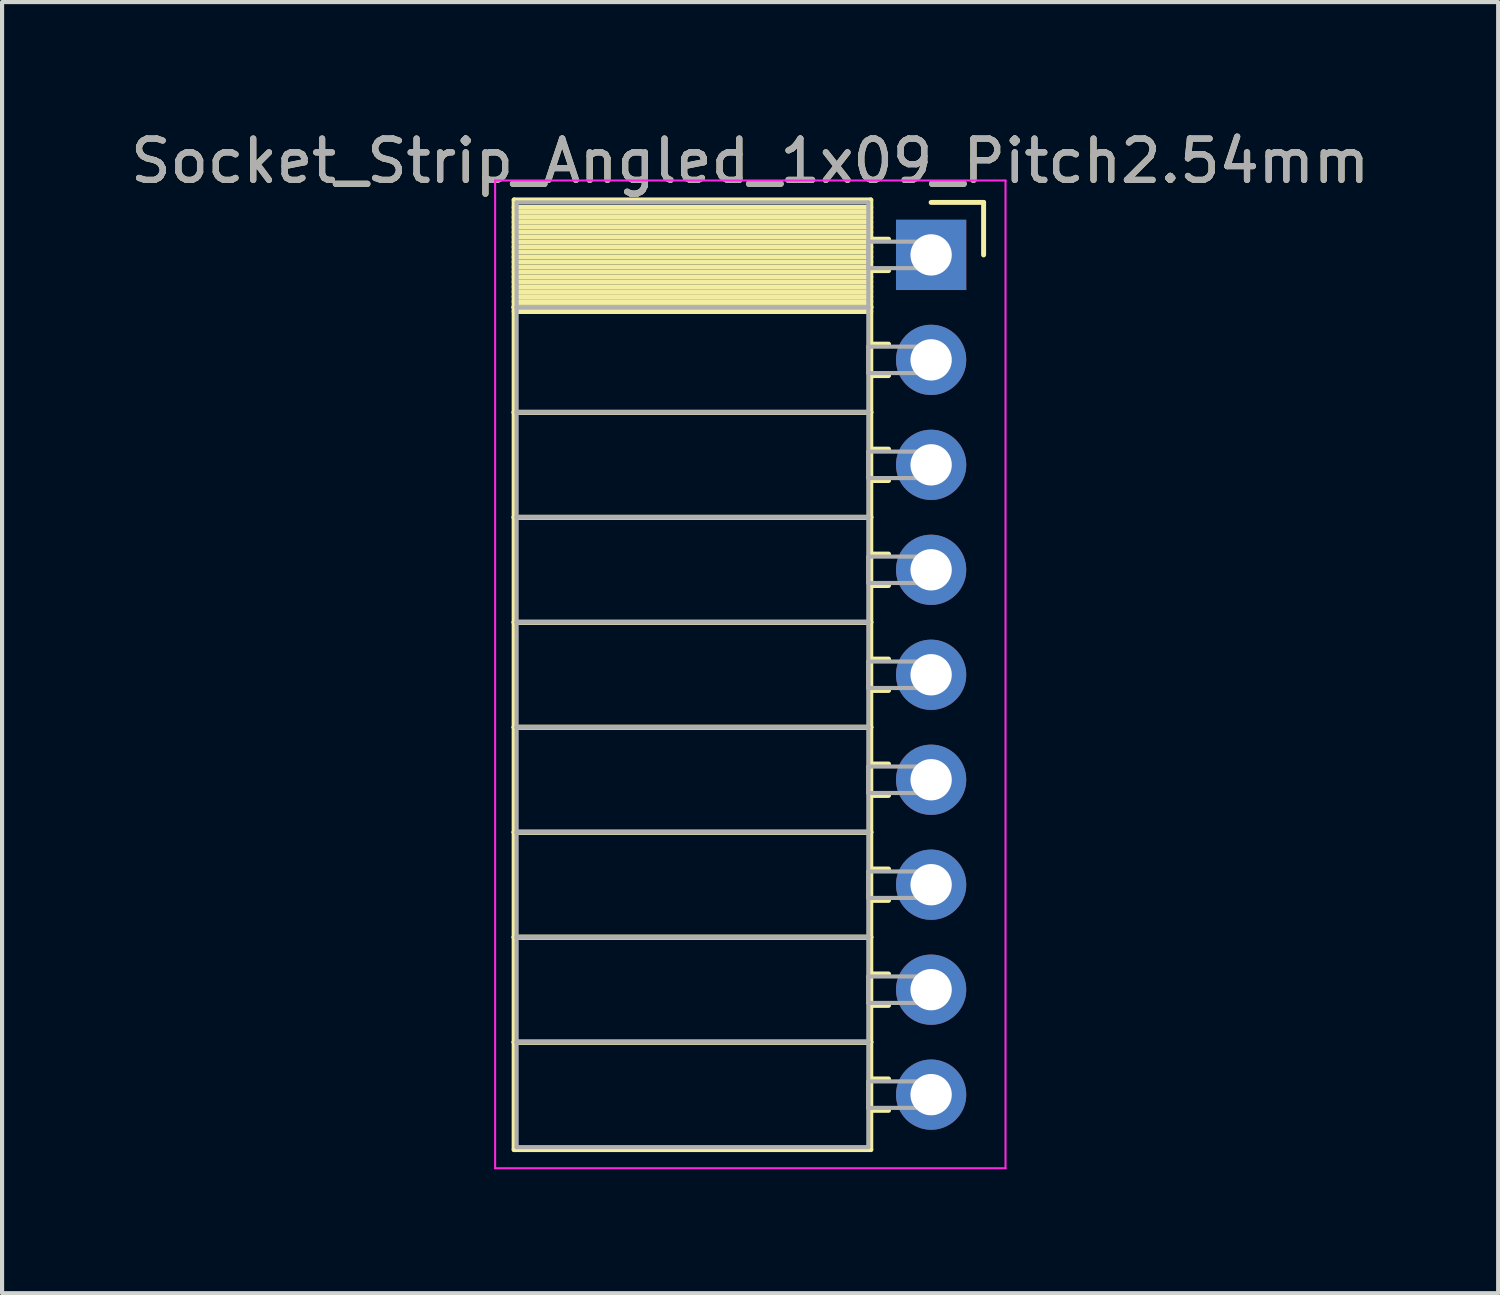
<source format=kicad_pcb>
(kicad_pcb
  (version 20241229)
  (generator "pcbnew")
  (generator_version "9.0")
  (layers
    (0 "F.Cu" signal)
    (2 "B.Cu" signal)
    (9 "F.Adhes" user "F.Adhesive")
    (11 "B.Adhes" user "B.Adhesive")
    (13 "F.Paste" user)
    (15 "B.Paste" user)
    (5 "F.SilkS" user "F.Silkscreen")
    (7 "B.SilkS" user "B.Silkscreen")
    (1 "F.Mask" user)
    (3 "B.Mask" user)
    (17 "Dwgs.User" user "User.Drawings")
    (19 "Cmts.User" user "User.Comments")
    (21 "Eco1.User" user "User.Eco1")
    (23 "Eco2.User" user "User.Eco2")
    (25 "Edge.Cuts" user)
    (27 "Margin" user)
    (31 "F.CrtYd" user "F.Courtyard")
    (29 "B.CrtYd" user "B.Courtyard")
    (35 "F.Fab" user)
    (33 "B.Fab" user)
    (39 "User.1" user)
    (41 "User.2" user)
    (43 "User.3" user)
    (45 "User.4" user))
  (footprint "Socket_Strip_Angled_1x09_Pitch2.54mm"
    (layer "F.Cu")
    (at 19.481 3.118)
    (property "Reference" "Socket_Strip_Angled_1x09_Pitch2.54mm" (at -4.38 -2.27 0) (layer "F.SilkS") (effects (font (size 1 1) (thickness 0.15))))
    (attr through_hole)
    (fp_line (start -10.09 -1.33) (end -1.46 -1.33) (stroke (width 0.12) (type solid)) (layer "F.SilkS"))
    (fp_line (start -10.09 1.27) (end -10.09 -1.33) (stroke (width 0.12) (type solid)) (layer "F.SilkS"))
    (fp_line (start -10.09 1.27) (end -1.46 1.27) (stroke (width 0.12) (type solid)) (layer "F.SilkS"))
    (fp_line (start -10.09 3.81) (end -10.09 1.27) (stroke (width 0.12) (type solid)) (layer "F.SilkS"))
    (fp_line (start -10.09 3.81) (end -1.46 3.81) (stroke (width 0.12) (type solid)) (layer "F.SilkS"))
    (fp_line (start -10.09 6.35) (end -10.09 3.81) (stroke (width 0.12) (type solid)) (layer "F.SilkS"))
    (fp_line (start -10.09 6.35) (end -1.46 6.35) (stroke (width 0.12) (type solid)) (layer "F.SilkS"))
    (fp_line (start -10.09 8.89) (end -10.09 6.35) (stroke (width 0.12) (type solid)) (layer "F.SilkS"))
    (fp_line (start -10.09 8.89) (end -1.46 8.89) (stroke (width 0.12) (type solid)) (layer "F.SilkS"))
    (fp_line (start -10.09 11.43) (end -10.09 8.89) (stroke (width 0.12) (type solid)) (layer "F.SilkS"))
    (fp_line (start -10.09 11.43) (end -1.46 11.43) (stroke (width 0.12) (type solid)) (layer "F.SilkS"))
    (fp_line (start -10.09 13.97) (end -10.09 11.43) (stroke (width 0.12) (type solid)) (layer "F.SilkS"))
    (fp_line (start -10.09 13.97) (end -1.46 13.97) (stroke (width 0.12) (type solid)) (layer "F.SilkS"))
    (fp_line (start -10.09 16.51) (end -10.09 13.97) (stroke (width 0.12) (type solid)) (layer "F.SilkS"))
    (fp_line (start -10.09 16.51) (end -1.46 16.51) (stroke (width 0.12) (type solid)) (layer "F.SilkS"))
    (fp_line (start -10.09 19.05) (end -10.09 16.51) (stroke (width 0.12) (type solid)) (layer "F.SilkS"))
    (fp_line (start -10.09 19.05) (end -1.46 19.05) (stroke (width 0.12) (type solid)) (layer "F.SilkS"))
    (fp_line (start -10.09 21.65) (end -10.09 19.05) (stroke (width 0.12) (type solid)) (layer "F.SilkS"))
    (fp_line (start -1.46 -1.33) (end -1.46 1.27) (stroke (width 0.12) (type solid)) (layer "F.SilkS"))
    (fp_line (start -1.46 -1.15) (end -10.09 -1.15) (stroke (width 0.12) (type solid)) (layer "F.SilkS"))
    (fp_line (start -1.46 -1.03) (end -10.09 -1.03) (stroke (width 0.12) (type solid)) (layer "F.SilkS"))
    (fp_line (start -1.46 -0.91) (end -10.09 -0.91) (stroke (width 0.12) (type solid)) (layer "F.SilkS"))
    (fp_line (start -1.46 -0.79) (end -10.09 -0.79) (stroke (width 0.12) (type solid)) (layer "F.SilkS"))
    (fp_line (start -1.46 -0.67) (end -10.09 -0.67) (stroke (width 0.12) (type solid)) (layer "F.SilkS"))
    (fp_line (start -1.46 -0.55) (end -10.09 -0.55) (stroke (width 0.12) (type solid)) (layer "F.SilkS"))
    (fp_line (start -1.46 -0.43) (end -10.09 -0.43) (stroke (width 0.12) (type solid)) (layer "F.SilkS"))
    (fp_line (start -1.46 -0.31) (end -10.09 -0.31) (stroke (width 0.12) (type solid)) (layer "F.SilkS"))
    (fp_line (start -1.46 -0.19) (end -10.09 -0.19) (stroke (width 0.12) (type solid)) (layer "F.SilkS"))
    (fp_line (start -1.46 -0.07) (end -10.09 -0.07) (stroke (width 0.12) (type solid)) (layer "F.SilkS"))
    (fp_line (start -1.46 0.05) (end -10.09 0.05) (stroke (width 0.12) (type solid)) (layer "F.SilkS"))
    (fp_line (start -1.46 0.17) (end -10.09 0.17) (stroke (width 0.12) (type solid)) (layer "F.SilkS"))
    (fp_line (start -1.46 0.29) (end -10.09 0.29) (stroke (width 0.12) (type solid)) (layer "F.SilkS"))
    (fp_line (start -1.46 0.41) (end -10.09 0.41) (stroke (width 0.12) (type solid)) (layer "F.SilkS"))
    (fp_line (start -1.46 0.53) (end -10.09 0.53) (stroke (width 0.12) (type solid)) (layer "F.SilkS"))
    (fp_line (start -1.46 0.65) (end -10.09 0.65) (stroke (width 0.12) (type solid)) (layer "F.SilkS"))
    (fp_line (start -1.46 0.77) (end -10.09 0.77) (stroke (width 0.12) (type solid)) (layer "F.SilkS"))
    (fp_line (start -1.46 0.89) (end -10.09 0.89) (stroke (width 0.12) (type solid)) (layer "F.SilkS"))
    (fp_line (start -1.46 1.01) (end -10.09 1.01) (stroke (width 0.12) (type solid)) (layer "F.SilkS"))
    (fp_line (start -1.46 1.13) (end -10.09 1.13) (stroke (width 0.12) (type solid)) (layer "F.SilkS"))
    (fp_line (start -1.46 1.25) (end -10.09 1.25) (stroke (width 0.12) (type solid)) (layer "F.SilkS"))
    (fp_line (start -1.46 1.27) (end -10.09 1.27) (stroke (width 0.12) (type solid)) (layer "F.SilkS"))
    (fp_line (start -1.46 1.27) (end -1.46 3.81) (stroke (width 0.12) (type solid)) (layer "F.SilkS"))
    (fp_line (start -1.46 1.37) (end -10.09 1.37) (stroke (width 0.12) (type solid)) (layer "F.SilkS"))
    (fp_line (start -1.46 3.81) (end -10.09 3.81) (stroke (width 0.12) (type solid)) (layer "F.SilkS"))
    (fp_line (start -1.46 3.81) (end -1.46 6.35) (stroke (width 0.12) (type solid)) (layer "F.SilkS"))
    (fp_line (start -1.46 6.35) (end -10.09 6.35) (stroke (width 0.12) (type solid)) (layer "F.SilkS"))
    (fp_line (start -1.46 6.35) (end -1.46 8.89) (stroke (width 0.12) (type solid)) (layer "F.SilkS"))
    (fp_line (start -1.46 8.89) (end -10.09 8.89) (stroke (width 0.12) (type solid)) (layer "F.SilkS"))
    (fp_line (start -1.46 8.89) (end -1.46 11.43) (stroke (width 0.12) (type solid)) (layer "F.SilkS"))
    (fp_line (start -1.46 11.43) (end -10.09 11.43) (stroke (width 0.12) (type solid)) (layer "F.SilkS"))
    (fp_line (start -1.46 11.43) (end -1.46 13.97) (stroke (width 0.12) (type solid)) (layer "F.SilkS"))
    (fp_line (start -1.46 13.97) (end -10.09 13.97) (stroke (width 0.12) (type solid)) (layer "F.SilkS"))
    (fp_line (start -1.46 13.97) (end -1.46 16.51) (stroke (width 0.12) (type solid)) (layer "F.SilkS"))
    (fp_line (start -1.46 16.51) (end -10.09 16.51) (stroke (width 0.12) (type solid)) (layer "F.SilkS"))
    (fp_line (start -1.46 16.51) (end -1.46 19.05) (stroke (width 0.12) (type solid)) (layer "F.SilkS"))
    (fp_line (start -1.46 19.05) (end -10.09 19.05) (stroke (width 0.12) (type solid)) (layer "F.SilkS"))
    (fp_line (start -1.46 19.05) (end -1.46 21.65) (stroke (width 0.12) (type solid)) (layer "F.SilkS"))
    (fp_line (start -1.46 21.65) (end -10.09 21.65) (stroke (width 0.12) (type solid)) (layer "F.SilkS"))
    (fp_line (start -1.03 -0.38) (end -1.46 -0.38) (stroke (width 0.12) (type solid)) (layer "F.SilkS"))
    (fp_line (start -1.03 0.38) (end -1.46 0.38) (stroke (width 0.12) (type solid)) (layer "F.SilkS"))
    (fp_line (start -1.03 2.16) (end -1.46 2.16) (stroke (width 0.12) (type solid)) (layer "F.SilkS"))
    (fp_line (start -1.03 2.92) (end -1.46 2.92) (stroke (width 0.12) (type solid)) (layer "F.SilkS"))
    (fp_line (start -1.03 4.7) (end -1.46 4.7) (stroke (width 0.12) (type solid)) (layer "F.SilkS"))
    (fp_line (start -1.03 5.46) (end -1.46 5.46) (stroke (width 0.12) (type solid)) (layer "F.SilkS"))
    (fp_line (start -1.03 7.24) (end -1.46 7.24) (stroke (width 0.12) (type solid)) (layer "F.SilkS"))
    (fp_line (start -1.03 8) (end -1.46 8) (stroke (width 0.12) (type solid)) (layer "F.SilkS"))
    (fp_line (start -1.03 9.78) (end -1.46 9.78) (stroke (width 0.12) (type solid)) (layer "F.SilkS"))
    (fp_line (start -1.03 10.54) (end -1.46 10.54) (stroke (width 0.12) (type solid)) (layer "F.SilkS"))
    (fp_line (start -1.03 12.32) (end -1.46 12.32) (stroke (width 0.12) (type solid)) (layer "F.SilkS"))
    (fp_line (start -1.03 13.08) (end -1.46 13.08) (stroke (width 0.12) (type solid)) (layer "F.SilkS"))
    (fp_line (start -1.03 14.86) (end -1.46 14.86) (stroke (width 0.12) (type solid)) (layer "F.SilkS"))
    (fp_line (start -1.03 15.62) (end -1.46 15.62) (stroke (width 0.12) (type solid)) (layer "F.SilkS"))
    (fp_line (start -1.03 17.4) (end -1.46 17.4) (stroke (width 0.12) (type solid)) (layer "F.SilkS"))
    (fp_line (start -1.03 18.16) (end -1.46 18.16) (stroke (width 0.12) (type solid)) (layer "F.SilkS"))
    (fp_line (start -1.03 19.94) (end -1.46 19.94) (stroke (width 0.12) (type solid)) (layer "F.SilkS"))
    (fp_line (start -1.03 20.7) (end -1.46 20.7) (stroke (width 0.12) (type solid)) (layer "F.SilkS"))
    (fp_line (start 0 -1.27) (end 1.27 -1.27) (stroke (width 0.12) (type solid)) (layer "F.SilkS"))
    (fp_line (start 1.27 -1.27) (end 1.27 0) (stroke (width 0.12) (type solid)) (layer "F.SilkS"))
    (fp_line (start -10.55 -1.8) (end 1.8 -1.8) (stroke (width 0.05) (type solid)) (layer "F.CrtYd"))
    (fp_line (start -10.55 22.1) (end -10.55 -1.8) (stroke (width 0.05) (type solid)) (layer "F.CrtYd"))
    (fp_line (start 1.8 -1.8) (end 1.8 22.1) (stroke (width 0.05) (type solid)) (layer "F.CrtYd"))
    (fp_line (start 1.8 22.1) (end -10.55 22.1) (stroke (width 0.05) (type solid)) (layer "F.CrtYd"))
    (fp_line (start -10.03 -1.27) (end -1.52 -1.27) (stroke (width 0.1) (type solid)) (layer "F.Fab"))
    (fp_line (start -10.03 1.27) (end -10.03 -1.27) (stroke (width 0.1) (type solid)) (layer "F.Fab"))
    (fp_line (start -10.03 1.27) (end -1.52 1.27) (stroke (width 0.1) (type solid)) (layer "F.Fab"))
    (fp_line (start -10.03 3.81) (end -10.03 1.27) (stroke (width 0.1) (type solid)) (layer "F.Fab"))
    (fp_line (start -10.03 3.81) (end -1.52 3.81) (stroke (width 0.1) (type solid)) (layer "F.Fab"))
    (fp_line (start -10.03 6.35) (end -10.03 3.81) (stroke (width 0.1) (type solid)) (layer "F.Fab"))
    (fp_line (start -10.03 6.35) (end -1.52 6.35) (stroke (width 0.1) (type solid)) (layer "F.Fab"))
    (fp_line (start -10.03 8.89) (end -10.03 6.35) (stroke (width 0.1) (type solid)) (layer "F.Fab"))
    (fp_line (start -10.03 8.89) (end -1.52 8.89) (stroke (width 0.1) (type solid)) (layer "F.Fab"))
    (fp_line (start -10.03 11.43) (end -10.03 8.89) (stroke (width 0.1) (type solid)) (layer "F.Fab"))
    (fp_line (start -10.03 11.43) (end -1.52 11.43) (stroke (width 0.1) (type solid)) (layer "F.Fab"))
    (fp_line (start -10.03 13.97) (end -10.03 11.43) (stroke (width 0.1) (type solid)) (layer "F.Fab"))
    (fp_line (start -10.03 13.97) (end -1.52 13.97) (stroke (width 0.1) (type solid)) (layer "F.Fab"))
    (fp_line (start -10.03 16.51) (end -10.03 13.97) (stroke (width 0.1) (type solid)) (layer "F.Fab"))
    (fp_line (start -10.03 16.51) (end -1.52 16.51) (stroke (width 0.1) (type solid)) (layer "F.Fab"))
    (fp_line (start -10.03 19.05) (end -10.03 16.51) (stroke (width 0.1) (type solid)) (layer "F.Fab"))
    (fp_line (start -10.03 19.05) (end -1.52 19.05) (stroke (width 0.1) (type solid)) (layer "F.Fab"))
    (fp_line (start -10.03 21.59) (end -10.03 19.05) (stroke (width 0.1) (type solid)) (layer "F.Fab"))
    (fp_line (start -1.52 -1.27) (end -1.52 1.27) (stroke (width 0.1) (type solid)) (layer "F.Fab"))
    (fp_line (start -1.52 -0.32) (end 0 -0.32) (stroke (width 0.1) (type solid)) (layer "F.Fab"))
    (fp_line (start -1.52 0.32) (end -1.52 -0.32) (stroke (width 0.1) (type solid)) (layer "F.Fab"))
    (fp_line (start -1.52 1.27) (end -10.03 1.27) (stroke (width 0.1) (type solid)) (layer "F.Fab"))
    (fp_line (start -1.52 1.27) (end -1.52 3.81) (stroke (width 0.1) (type solid)) (layer "F.Fab"))
    (fp_line (start -1.52 2.22) (end 0 2.22) (stroke (width 0.1) (type solid)) (layer "F.Fab"))
    (fp_line (start -1.52 2.86) (end -1.52 2.22) (stroke (width 0.1) (type solid)) (layer "F.Fab"))
    (fp_line (start -1.52 3.81) (end -10.03 3.81) (stroke (width 0.1) (type solid)) (layer "F.Fab"))
    (fp_line (start -1.52 3.81) (end -1.52 6.35) (stroke (width 0.1) (type solid)) (layer "F.Fab"))
    (fp_line (start -1.52 4.76) (end 0 4.76) (stroke (width 0.1) (type solid)) (layer "F.Fab"))
    (fp_line (start -1.52 5.4) (end -1.52 4.76) (stroke (width 0.1) (type solid)) (layer "F.Fab"))
    (fp_line (start -1.52 6.35) (end -10.03 6.35) (stroke (width 0.1) (type solid)) (layer "F.Fab"))
    (fp_line (start -1.52 6.35) (end -1.52 8.89) (stroke (width 0.1) (type solid)) (layer "F.Fab"))
    (fp_line (start -1.52 7.3) (end 0 7.3) (stroke (width 0.1) (type solid)) (layer "F.Fab"))
    (fp_line (start -1.52 7.94) (end -1.52 7.3) (stroke (width 0.1) (type solid)) (layer "F.Fab"))
    (fp_line (start -1.52 8.89) (end -10.03 8.89) (stroke (width 0.1) (type solid)) (layer "F.Fab"))
    (fp_line (start -1.52 8.89) (end -1.52 11.43) (stroke (width 0.1) (type solid)) (layer "F.Fab"))
    (fp_line (start -1.52 9.84) (end 0 9.84) (stroke (width 0.1) (type solid)) (layer "F.Fab"))
    (fp_line (start -1.52 10.48) (end -1.52 9.84) (stroke (width 0.1) (type solid)) (layer "F.Fab"))
    (fp_line (start -1.52 11.43) (end -10.03 11.43) (stroke (width 0.1) (type solid)) (layer "F.Fab"))
    (fp_line (start -1.52 11.43) (end -1.52 13.97) (stroke (width 0.1) (type solid)) (layer "F.Fab"))
    (fp_line (start -1.52 12.38) (end 0 12.38) (stroke (width 0.1) (type solid)) (layer "F.Fab"))
    (fp_line (start -1.52 13.02) (end -1.52 12.38) (stroke (width 0.1) (type solid)) (layer "F.Fab"))
    (fp_line (start -1.52 13.97) (end -10.03 13.97) (stroke (width 0.1) (type solid)) (layer "F.Fab"))
    (fp_line (start -1.52 13.97) (end -1.52 16.51) (stroke (width 0.1) (type solid)) (layer "F.Fab"))
    (fp_line (start -1.52 14.92) (end 0 14.92) (stroke (width 0.1) (type solid)) (layer "F.Fab"))
    (fp_line (start -1.52 15.56) (end -1.52 14.92) (stroke (width 0.1) (type solid)) (layer "F.Fab"))
    (fp_line (start -1.52 16.51) (end -10.03 16.51) (stroke (width 0.1) (type solid)) (layer "F.Fab"))
    (fp_line (start -1.52 16.51) (end -1.52 19.05) (stroke (width 0.1) (type solid)) (layer "F.Fab"))
    (fp_line (start -1.52 17.46) (end 0 17.46) (stroke (width 0.1) (type solid)) (layer "F.Fab"))
    (fp_line (start -1.52 18.1) (end -1.52 17.46) (stroke (width 0.1) (type solid)) (layer "F.Fab"))
    (fp_line (start -1.52 19.05) (end -10.03 19.05) (stroke (width 0.1) (type solid)) (layer "F.Fab"))
    (fp_line (start -1.52 19.05) (end -1.52 21.59) (stroke (width 0.1) (type solid)) (layer "F.Fab"))
    (fp_line (start -1.52 20) (end 0 20) (stroke (width 0.1) (type solid)) (layer "F.Fab"))
    (fp_line (start -1.52 20.64) (end -1.52 20) (stroke (width 0.1) (type solid)) (layer "F.Fab"))
    (fp_line (start -1.52 21.59) (end -10.03 21.59) (stroke (width 0.1) (type solid)) (layer "F.Fab"))
    (fp_line (start 0 -0.32) (end 0 0.32) (stroke (width 0.1) (type solid)) (layer "F.Fab"))
    (fp_line (start 0 0.32) (end -1.52 0.32) (stroke (width 0.1) (type solid)) (layer "F.Fab"))
    (fp_line (start 0 2.22) (end 0 2.86) (stroke (width 0.1) (type solid)) (layer "F.Fab"))
    (fp_line (start 0 2.86) (end -1.52 2.86) (stroke (width 0.1) (type solid)) (layer "F.Fab"))
    (fp_line (start 0 4.76) (end 0 5.4) (stroke (width 0.1) (type solid)) (layer "F.Fab"))
    (fp_line (start 0 5.4) (end -1.52 5.4) (stroke (width 0.1) (type solid)) (layer "F.Fab"))
    (fp_line (start 0 7.3) (end 0 7.94) (stroke (width 0.1) (type solid)) (layer "F.Fab"))
    (fp_line (start 0 7.94) (end -1.52 7.94) (stroke (width 0.1) (type solid)) (layer "F.Fab"))
    (fp_line (start 0 9.84) (end 0 10.48) (stroke (width 0.1) (type solid)) (layer "F.Fab"))
    (fp_line (start 0 10.48) (end -1.52 10.48) (stroke (width 0.1) (type solid)) (layer "F.Fab"))
    (fp_line (start 0 12.38) (end 0 13.02) (stroke (width 0.1) (type solid)) (layer "F.Fab"))
    (fp_line (start 0 13.02) (end -1.52 13.02) (stroke (width 0.1) (type solid)) (layer "F.Fab"))
    (fp_line (start 0 14.92) (end 0 15.56) (stroke (width 0.1) (type solid)) (layer "F.Fab"))
    (fp_line (start 0 15.56) (end -1.52 15.56) (stroke (width 0.1) (type solid)) (layer "F.Fab"))
    (fp_line (start 0 17.46) (end 0 18.1) (stroke (width 0.1) (type solid)) (layer "F.Fab"))
    (fp_line (start 0 18.1) (end -1.52 18.1) (stroke (width 0.1) (type solid)) (layer "F.Fab"))
    (fp_line (start 0 20) (end 0 20.64) (stroke (width 0.1) (type solid)) (layer "F.Fab"))
    (fp_line (start 0 20.64) (end -1.52 20.64) (stroke (width 0.1) (type solid)) (layer "F.Fab"))
    (fp_text user "${REFERENCE}" (at -4.38 -2.27 0) (layer "F.Fab") (effects (font (size 1 1) (thickness 0.15))))
    (pad "1" thru_hole rect (at 0 0) (size 1.7 1.7) (drill 1) (layers "*.Cu" "*.Mask"))
    (pad "2" thru_hole oval (at 0 2.54) (size 1.7 1.7) (drill 1) (layers "*.Cu" "*.Mask"))
    (pad "3" thru_hole oval (at 0 5.08) (size 1.7 1.7) (drill 1) (layers "*.Cu" "*.Mask"))
    (pad "4" thru_hole oval (at 0 7.62) (size 1.7 1.7) (drill 1) (layers "*.Cu" "*.Mask"))
    (pad "5" thru_hole oval (at 0 10.16) (size 1.7 1.7) (drill 1) (layers "*.Cu" "*.Mask"))
    (pad "6" thru_hole oval (at 0 12.7) (size 1.7 1.7) (drill 1) (layers "*.Cu" "*.Mask"))
    (pad "7" thru_hole oval (at 0 15.24) (size 1.7 1.7) (drill 1) (layers "*.Cu" "*.Mask"))
    (pad "8" thru_hole oval (at 0 17.78) (size 1.7 1.7) (drill 1) (layers "*.Cu" "*.Mask"))
    (pad "9" thru_hole oval (at 0 20.32) (size 1.7 1.7) (drill 1) (layers "*.Cu" "*.Mask")))
  (gr_rect
    (start -3 -3)
    (end 33.202 28.243)
    (stroke (width 0.1) (type default))
    (fill no)
    (layer "Edge.Cuts")))
</source>
